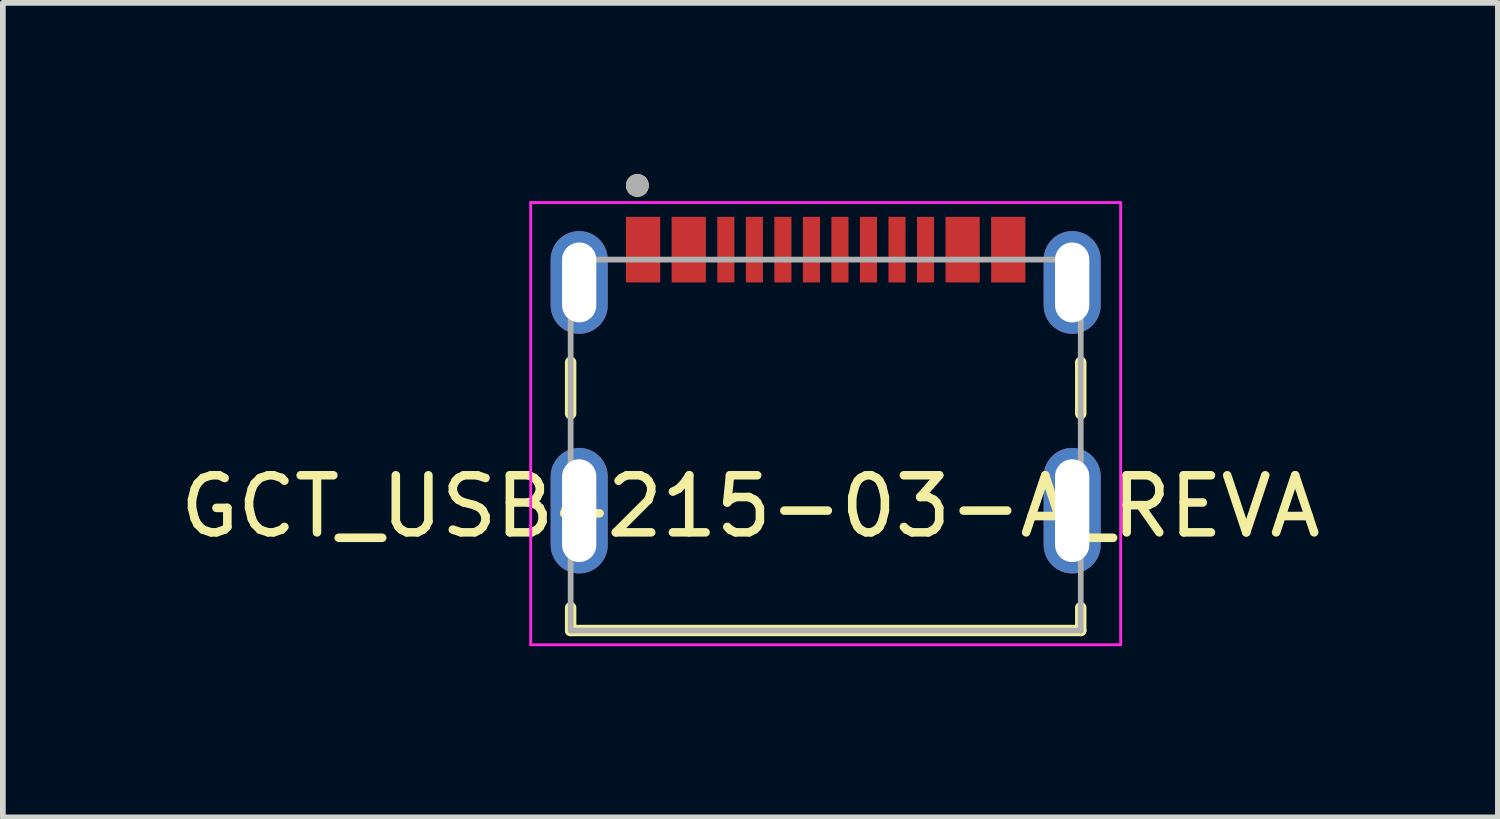
<source format=kicad_pcb>
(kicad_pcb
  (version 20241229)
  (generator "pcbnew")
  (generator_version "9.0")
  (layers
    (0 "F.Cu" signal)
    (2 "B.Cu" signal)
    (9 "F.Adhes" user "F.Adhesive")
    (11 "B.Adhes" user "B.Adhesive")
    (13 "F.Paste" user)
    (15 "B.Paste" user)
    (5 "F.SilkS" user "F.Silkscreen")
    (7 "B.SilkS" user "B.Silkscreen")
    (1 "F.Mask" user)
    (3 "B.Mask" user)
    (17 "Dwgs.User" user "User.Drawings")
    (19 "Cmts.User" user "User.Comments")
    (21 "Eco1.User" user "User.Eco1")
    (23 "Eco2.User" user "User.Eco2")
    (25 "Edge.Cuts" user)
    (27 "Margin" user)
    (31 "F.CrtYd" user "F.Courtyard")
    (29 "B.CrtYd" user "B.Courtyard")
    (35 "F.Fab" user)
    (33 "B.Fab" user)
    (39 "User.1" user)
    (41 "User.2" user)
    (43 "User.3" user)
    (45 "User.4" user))
  (footprint "GCT_USB4215-03-A_REVA"
    (layer "F.Cu")
    (at 11.421 5.9)
    (property "Reference" "GCT_USB4215-03-A_REVA" (at -1.32 -0.075 0) (layer "F.SilkS") (effects (font (size 1 1) (thickness 0.15))))
    (attr through_hole)
    (fp_line (start -4.47 -2.6) (end -4.47 -1.7) (stroke (width 0.2) (type solid)) (layer "F.SilkS"))
    (fp_line (start -4.47 1.7) (end -4.47 2.1) (stroke (width 0.2) (type solid)) (layer "F.SilkS"))
    (fp_line (start -4.47 2.1) (end 4.47 2.1) (stroke (width 0.2) (type solid)) (layer "F.SilkS"))
    (fp_line (start 4.47 -2.6) (end 4.47 -1.7) (stroke (width 0.2) (type solid)) (layer "F.SilkS"))
    (fp_line (start 4.47 2.1) (end 4.47 1.7) (stroke (width 0.2) (type solid)) (layer "F.SilkS"))
    (fp_circle (center -3.3 -5.7) (end -3.2 -5.7) (stroke (width 0.2) (type solid)) (fill no) (layer "F.SilkS"))
    (fp_line (start -5.17 -5.4) (end -5.17 2.35) (stroke (width 0.05) (type solid)) (layer "F.CrtYd"))
    (fp_line (start -5.17 2.35) (end 5.17 2.35) (stroke (width 0.05) (type solid)) (layer "F.CrtYd"))
    (fp_line (start 5.17 -5.4) (end -5.17 -5.4) (stroke (width 0.05) (type solid)) (layer "F.CrtYd"))
    (fp_line (start 5.17 2.35) (end 5.17 -5.4) (stroke (width 0.05) (type solid)) (layer "F.CrtYd"))
    (fp_line (start -4.47 -4.4) (end -4.47 2.1) (stroke (width 0.1) (type solid)) (layer "F.Fab"))
    (fp_line (start -4.47 2.1) (end 4.47 2.1) (stroke (width 0.1) (type solid)) (layer "F.Fab"))
    (fp_line (start 4.47 -4.4) (end -4.47 -4.4) (stroke (width 0.1) (type solid)) (layer "F.Fab"))
    (fp_line (start 4.47 2.1) (end 4.47 -4.4) (stroke (width 0.1) (type solid)) (layer "F.Fab"))
    (fp_circle (center -3.3 -5.7) (end -3.2 -5.7) (stroke (width 0.2) (type solid)) (fill no) (layer "F.Fab"))
    (pad "A1_B12" smd rect (at -3.2 -4.575) (size 0.6 1.15) (layers "F.Cu" "F.Mask" "F.Paste"))
    (pad "A4_B9" smd rect (at -2.4 -4.575) (size 0.6 1.15) (layers "F.Cu" "F.Mask" "F.Paste"))
    (pad "A5" smd rect (at -1.25 -4.575) (size 0.3 1.15) (layers "F.Cu" "F.Mask" "F.Paste"))
    (pad "A6" smd rect (at -0.25 -4.575) (size 0.3 1.15) (layers "F.Cu" "F.Mask" "F.Paste"))
    (pad "A7" smd rect (at 0.25 -4.575) (size 0.3 1.15) (layers "F.Cu" "F.Mask" "F.Paste"))
    (pad "A8" smd rect (at 1.25 -4.575) (size 0.3 1.15) (layers "F.Cu" "F.Mask" "F.Paste"))
    (pad "B1_A12" smd rect (at 3.2 -4.575) (size 0.6 1.15) (layers "F.Cu" "F.Mask" "F.Paste"))
    (pad "B4_A9" smd rect (at 2.4 -4.575) (size 0.6 1.15) (layers "F.Cu" "F.Mask" "F.Paste"))
    (pad "B5" smd rect (at 1.75 -4.575) (size 0.3 1.15) (layers "F.Cu" "F.Mask" "F.Paste"))
    (pad "B6" smd rect (at 0.75 -4.575) (size 0.3 1.15) (layers "F.Cu" "F.Mask" "F.Paste"))
    (pad "B7" smd rect (at -0.75 -4.575) (size 0.3 1.15) (layers "F.Cu" "F.Mask" "F.Paste"))
    (pad "B8" smd rect (at -1.75 -4.575) (size 0.3 1.15) (layers "F.Cu" "F.Mask" "F.Paste"))
    (pad "SH1" thru_hole oval (at -4.32 -4) (size 1 1.8) (drill oval 0.6 1.4) (layers "*.Cu" "*.Mask"))
    (pad "SH2" thru_hole oval (at 4.32 -4) (size 1 1.8) (drill oval 0.6 1.4) (layers "*.Cu" "*.Mask"))
    (pad "SH3" thru_hole oval (at -4.32 0) (size 1 2.2) (drill oval 0.6 1.8) (layers "*.Cu" "*.Mask"))
    (pad "SH4" thru_hole oval (at 4.32 0) (size 1 2.2) (drill oval 0.6 1.8) (layers "*.Cu" "*.Mask")))
  (gr_rect
    (start -3 -3)
    (end 23.202 11.275)
    (stroke (width 0.1) (type default))
    (fill no)
    (layer "Edge.Cuts")))
</source>
